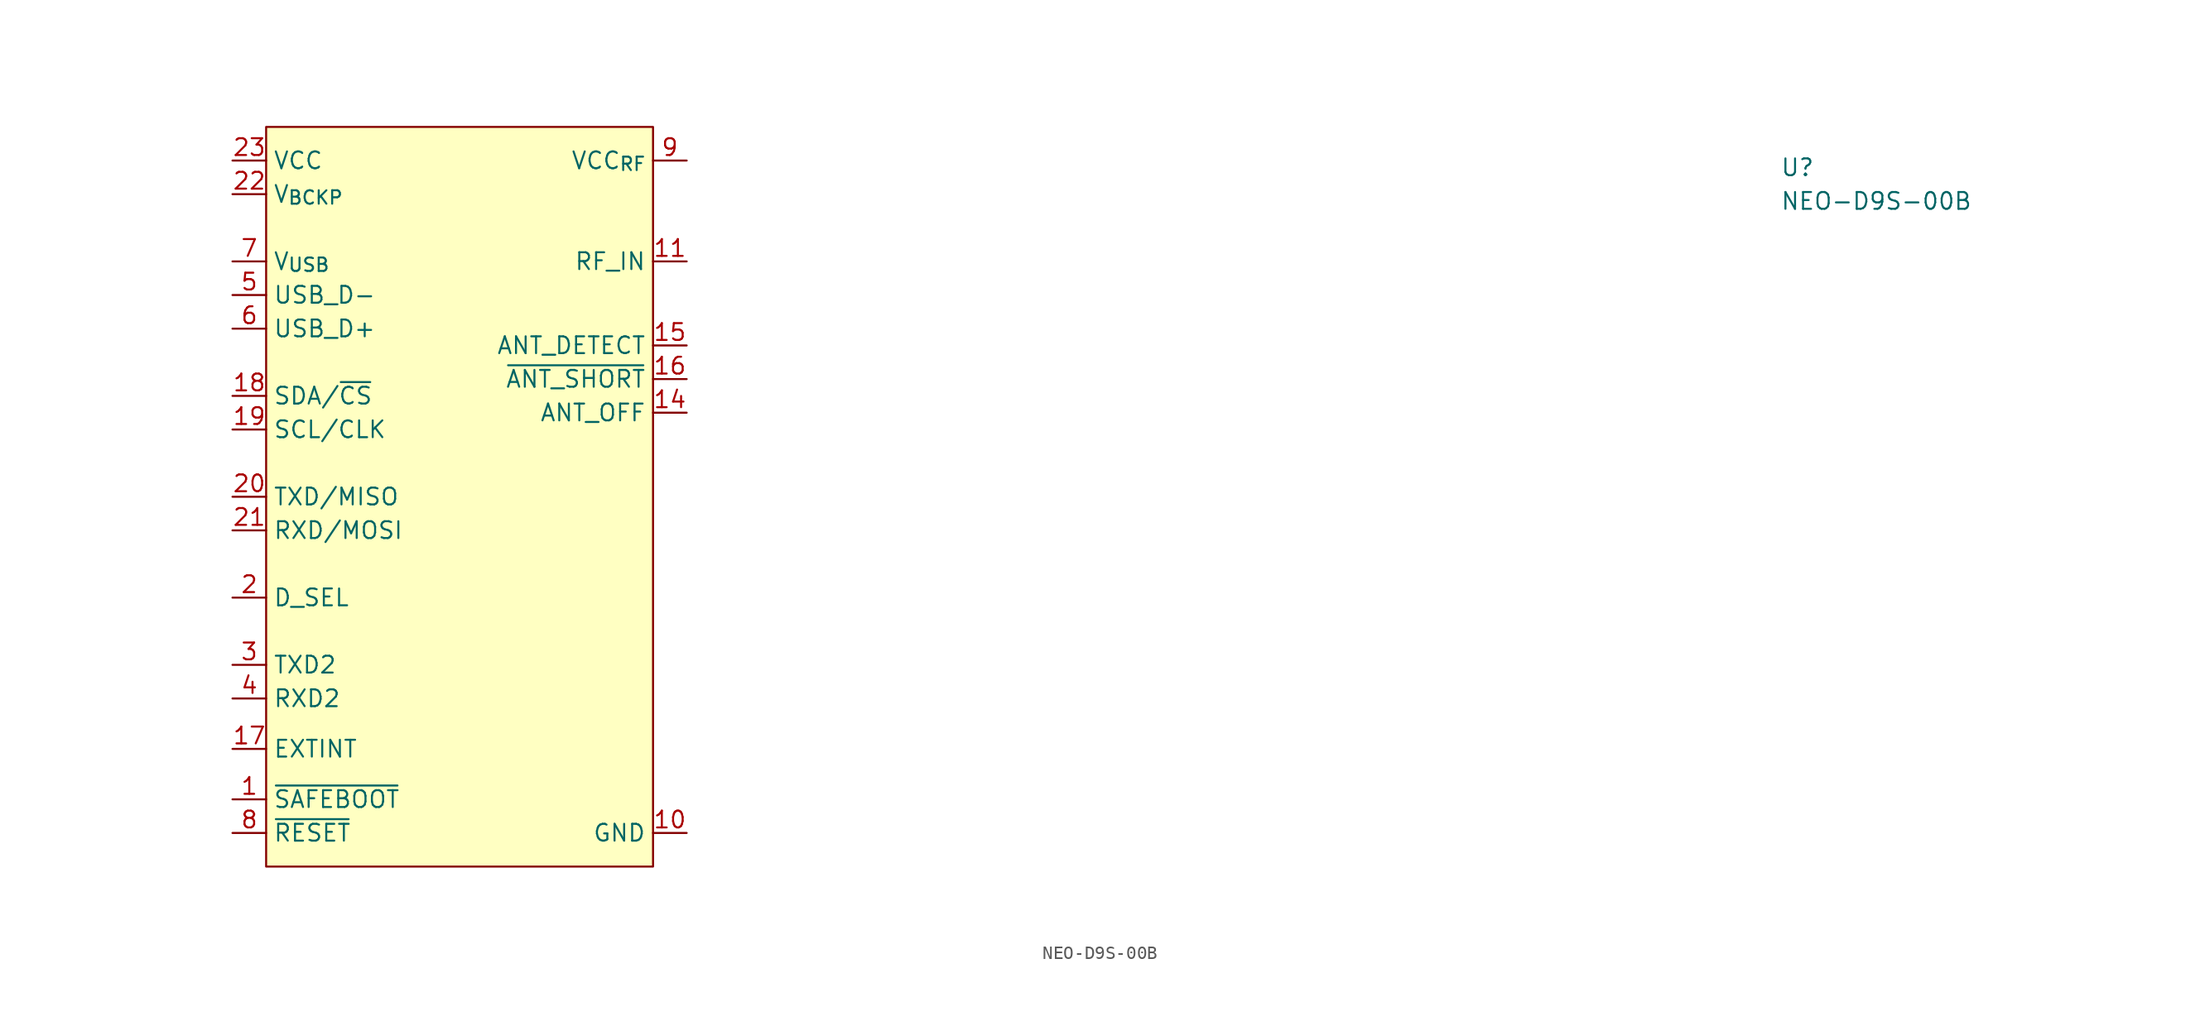
<source format=kicad_sym>
(kicad_symbol_lib
  (version 20211014)
  (generator kicad_symbol_editor)
  (symbol "NEO-D9S-00B"
    (property "Reference" "U"
      (at 116.84 -1.27 0)
      (effects (font (size 1.27 1.27) (thickness 0.15)) (justify left bottom)))
    (property "Value" "NEO-D9S-00B"
      (at 116.84 -3.81 0)
      (effects (font (size 1.27 1.27) (thickness 0.15)) (justify left bottom)))
    (symbol "NEO-D9S-00B_0_1"
      (rectangle (start 2.54 2.54) (end 31.75 -53.34) (stroke (width 0) (type default) (color 0 0 0 0)) (fill (type background))))
    (symbol "NEO-D9S-00B_1_1"
      (pin input line (at 0 -48.26 0) (length 2.54) (name "~{SAFEBOOT}" (effects (font (size 1.27 1.27)))) (number "1" (effects (font (size 1.27 1.27)))))
      (pin power_in line (at 34.29 -50.8 180) (length 2.54) (name "GND" (effects (font (size 1.27 1.27)))) (number "10" (effects (font (size 1.27 1.27)))))
      (pin passive line (at 34.29 -7.62 180) (length 2.54) (name "RF_IN" (effects (font (size 1.27 1.27)))) (number "11" (effects (font (size 1.27 1.27)))))
      (pin passive line (at 34.29 -50.8 180) (length 2.54) hide (name "GND" (effects (font (size 1.27 1.27)))) (number "12" (effects (font (size 1.27 1.27)))))
      (pin passive line (at 34.29 -50.8 180) (length 2.54) hide (name "GND" (effects (font (size 1.27 1.27)))) (number "13" (effects (font (size 1.27 1.27)))))
      (pin output line (at 34.29 -19.05 180) (length 2.54) (name "ANT_OFF" (effects (font (size 1.27 1.27)))) (number "14" (effects (font (size 1.27 1.27)))))
      (pin input line (at 34.29 -13.97 180) (length 2.54) (name "ANT_DETECT" (effects (font (size 1.27 1.27)))) (number "15" (effects (font (size 1.27 1.27)))))
      (pin output line (at 34.29 -16.51 180) (length 2.54) (name "~{ANT_SHORT}" (effects (font (size 1.27 1.27)))) (number "16" (effects (font (size 1.27 1.27)))))
      (pin input line (at 0 -44.45 0) (length 2.54) (name "EXTINT" (effects (font (size 1.27 1.27)))) (number "17" (effects (font (size 1.27 1.27)))))
      (pin bidirectional line (at 0 -17.78 0) (length 2.54) (name "SDA/~{CS}" (effects (font (size 1.27 1.27)))) (number "18" (effects (font (size 1.27 1.27)))))
      (pin bidirectional line (at 0 -20.32 0) (length 2.54) (name "SCL/CLK" (effects (font (size 1.27 1.27)))) (number "19" (effects (font (size 1.27 1.27)))))
      (pin input line (at 0 -33.02 0) (length 2.54) (name "D_SEL" (effects (font (size 1.27 1.27)))) (number "2" (effects (font (size 1.27 1.27)))))
      (pin output line (at 0 -25.4 0) (length 2.54) (name "TXD/MISO" (effects (font (size 1.27 1.27)))) (number "20" (effects (font (size 1.27 1.27)))))
      (pin input line (at 0 -27.94 0) (length 2.54) (name "RXD/MOSI" (effects (font (size 1.27 1.27)))) (number "21" (effects (font (size 1.27 1.27)))))
      (pin power_in line (at 0 -2.54 0) (length 2.54) (name "V_{BCKP}" (effects (font (size 1.27 1.27)))) (number "22" (effects (font (size 1.27 1.27)))))
      (pin power_in line (at 0 0 0) (length 2.54) (name "VCC" (effects (font (size 1.27 1.27)))) (number "23" (effects (font (size 1.27 1.27)))))
      (pin passive line (at 34.29 -50.8 180) (length 2.54) hide (name "GND" (effects (font (size 1.27 1.27)))) (number "24" (effects (font (size 1.27 1.27)))))
      (pin output line (at 0 -38.1 0) (length 2.54) (name "TXD2" (effects (font (size 1.27 1.27)))) (number "3" (effects (font (size 1.27 1.27)))))
      (pin input line (at 0 -40.64 0) (length 2.54) (name "RXD2" (effects (font (size 1.27 1.27)))) (number "4" (effects (font (size 1.27 1.27)))))
      (pin bidirectional line (at 0 -10.16 0) (length 2.54) (name "USB_D-" (effects (font (size 1.27 1.27)))) (number "5" (effects (font (size 1.27 1.27)))))
      (pin bidirectional line (at 0 -12.7 0) (length 2.54) (name "USB_D+" (effects (font (size 1.27 1.27)))) (number "6" (effects (font (size 1.27 1.27)))))
      (pin input line (at 0 -7.62 0) (length 2.54) (name "V_{USB}" (effects (font (size 1.27 1.27)))) (number "7" (effects (font (size 1.27 1.27)))))
      (pin input line (at 0 -50.8 0) (length 2.54) (name "~{RESET}" (effects (font (size 1.27 1.27)))) (number "8" (effects (font (size 1.27 1.27)))))
      (pin power_out line (at 34.29 0 180) (length 2.54) (name "VCC_{RF}" (effects (font (size 1.27 1.27)))) (number "9" (effects (font (size 1.27 1.27))))))))
</source>
